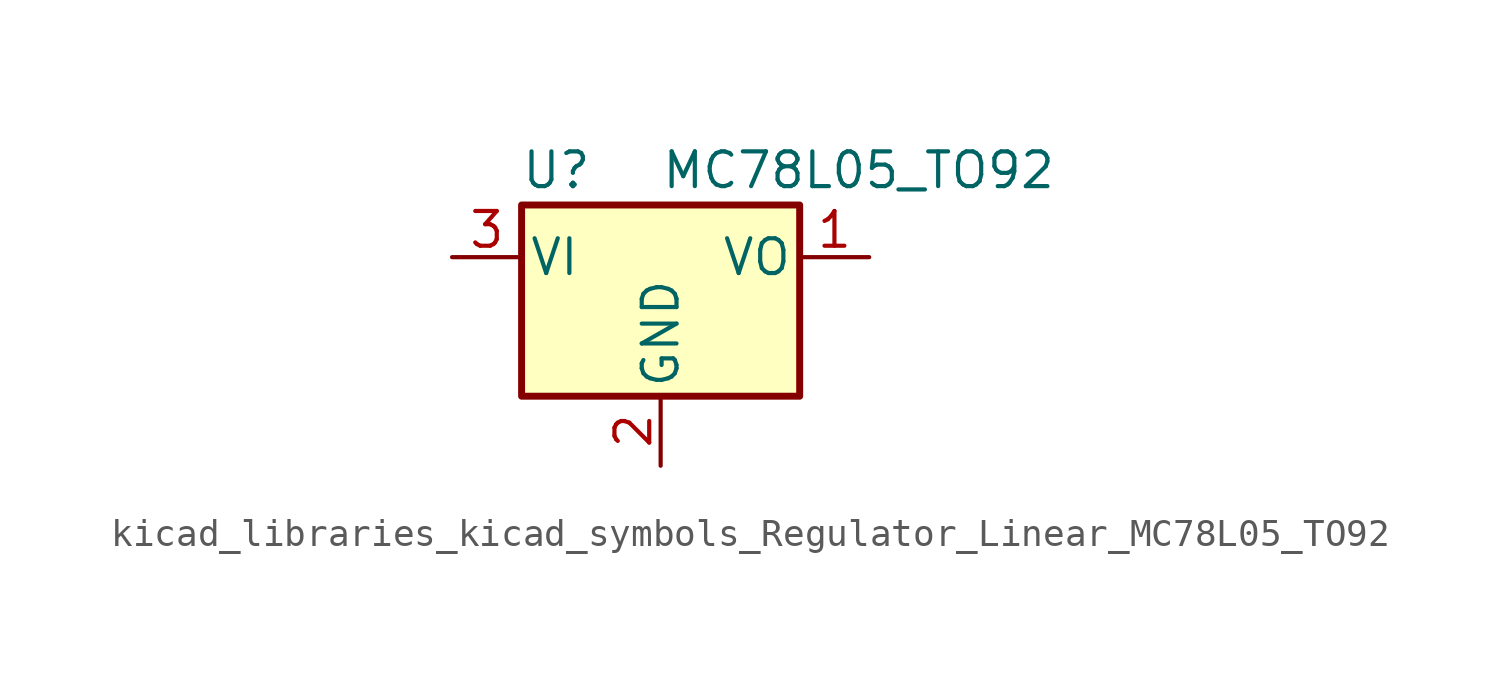
<source format=kicad_sym>
(kicad_symbol_lib
  (version 20220914)
  (generator kicad_symbol_editor)
  (symbol "kicad_libraries_kicad_symbols_Regulator_Linear_MC78L05_TO92"
    (pin_names
      (offset 0.254))
    (property "Reference" "U"
      (at -3.81 3.175 0)
      (effects (font (size 1.27 1.27))))
    (property "Value" "MC78L05_TO92"
      (at 0 3.175 0)
      (effects (font (size 1.27 1.27)) (justify left)))
    (symbol "kicad_libraries_kicad_symbols_Regulator_Linear_MC78L05_TO92_0_1"
      (rectangle (start -5.08 -5.08) (end 5.08 1.905) (stroke (width 0.254) (type default)) (fill (type background))))
    (symbol "kicad_libraries_kicad_symbols_Regulator_Linear_MC78L05_TO92_1_1"
      (pin power_out line (at 7.62 0 180) (length 2.54) (name "VO" (effects (font (size 1.27 1.27)))) (number "1" (effects (font (size 1.27 1.27)))))
      (pin power_in line (at 0 -7.62 90) (length 2.54) (name "GND" (effects (font (size 1.27 1.27)))) (number "2" (effects (font (size 1.27 1.27)))))
      (pin power_in line (at -7.62 0 0) (length 2.54) (name "VI" (effects (font (size 1.27 1.27)))) (number "3" (effects (font (size 1.27 1.27))))))))
</source>
